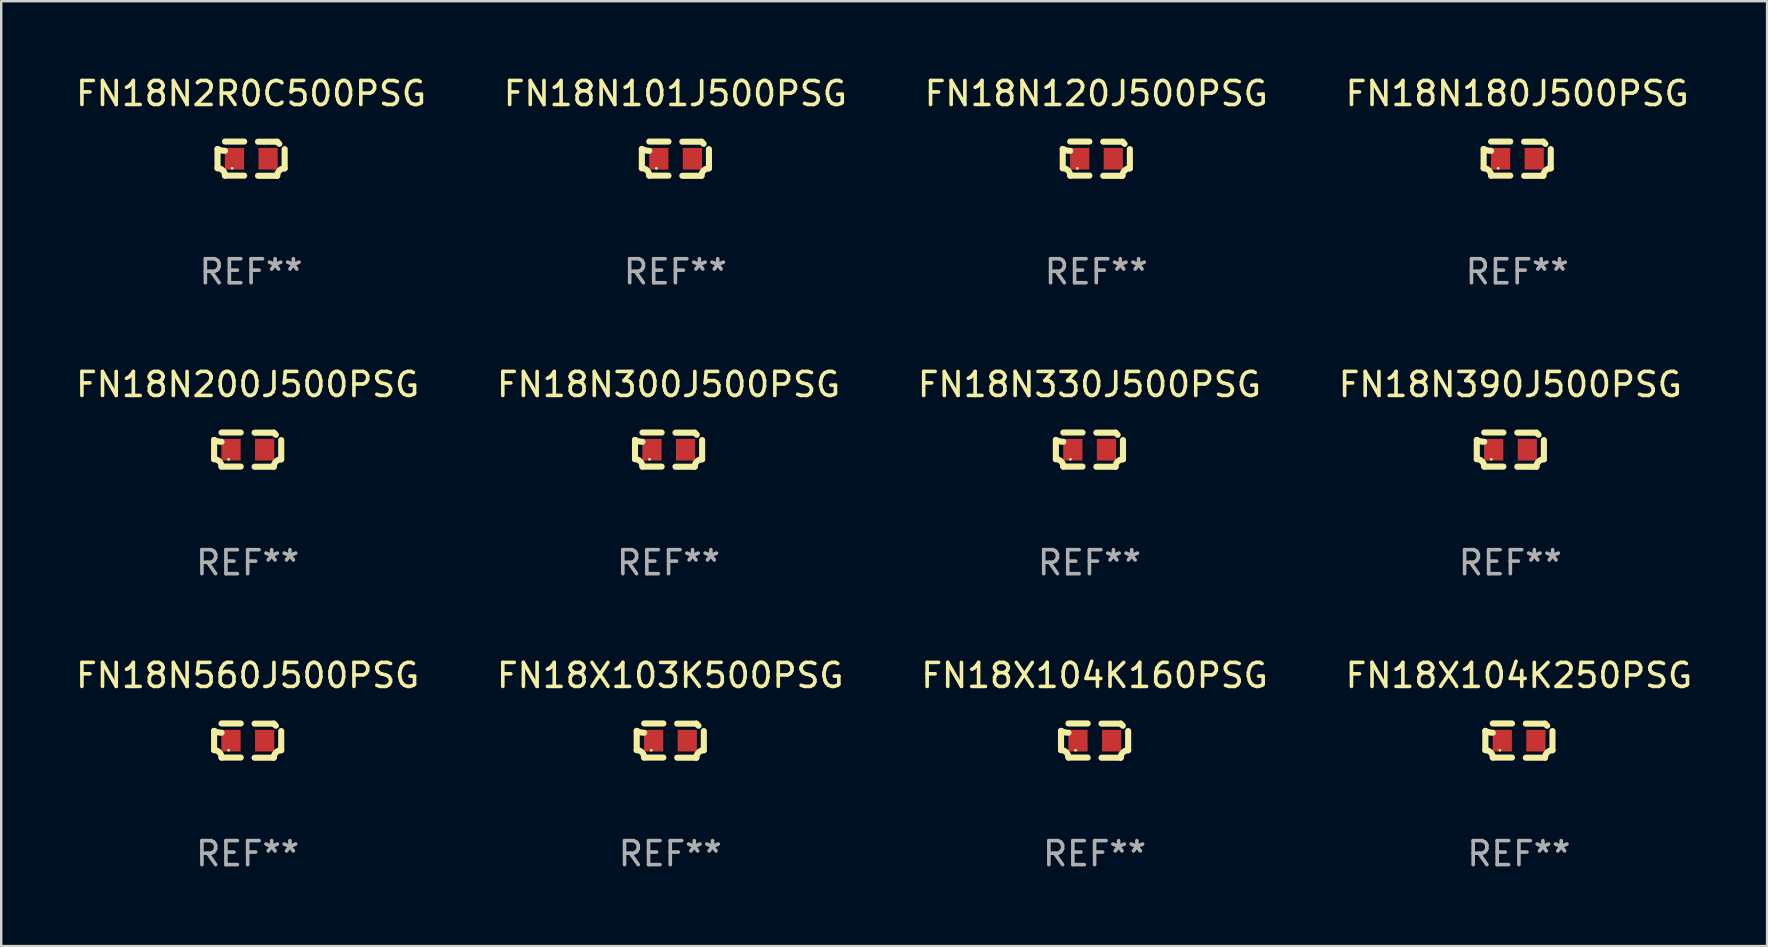
<source format=kicad_pcb>
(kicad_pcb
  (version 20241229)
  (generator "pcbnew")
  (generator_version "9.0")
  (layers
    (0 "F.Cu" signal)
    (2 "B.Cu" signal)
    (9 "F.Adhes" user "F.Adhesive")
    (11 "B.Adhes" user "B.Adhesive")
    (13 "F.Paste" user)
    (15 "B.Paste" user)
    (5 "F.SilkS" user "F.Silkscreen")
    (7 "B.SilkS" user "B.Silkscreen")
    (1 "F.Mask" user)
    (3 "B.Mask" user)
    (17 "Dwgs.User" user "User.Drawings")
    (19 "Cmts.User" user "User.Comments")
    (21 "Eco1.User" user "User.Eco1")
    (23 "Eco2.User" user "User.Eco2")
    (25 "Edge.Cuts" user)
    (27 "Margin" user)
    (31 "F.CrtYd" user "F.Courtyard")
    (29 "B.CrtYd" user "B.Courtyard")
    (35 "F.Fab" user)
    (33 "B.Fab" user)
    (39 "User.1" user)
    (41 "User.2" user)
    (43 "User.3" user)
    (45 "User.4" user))
  (footprint "FN18N390J500PSG"
    (layer "F.Cu")
    (at 59.875 15.683)
    (property "Reference" "FN18N390J500PSG" (at 0 -2.713 0) (layer "F.SilkS") (effects (font (size 1 1) (thickness 0.15))))
    (attr through_hole)
    (fp_line (start -1.398 -0.403) (end -1.398 0.397) (stroke (width 0.254) (type solid)) (layer "F.SilkS"))
    (fp_line (start -0.288 -0.713) (end -1.088 -0.713) (stroke (width 0.254) (type solid)) (layer "F.SilkS"))
    (fp_line (start -0.288 0.707) (end -1.088 0.707) (stroke (width 0.254) (type solid)) (layer "F.SilkS"))
    (fp_line (start 0.288 -0.707) (end 1.088 -0.707) (stroke (width 0.254) (type solid)) (layer "F.SilkS"))
    (fp_line (start 0.288 0.713) (end 1.088 0.713) (stroke (width 0.254) (type solid)) (layer "F.SilkS"))
    (fp_line (start 1.398 -0.397) (end 1.398 0.403) (stroke (width 0.254) (type solid)) (layer "F.SilkS"))
    (fp_arc (start -1.397789 0.397066) (mid -1.178701 0.487826) (end -1.08796 0.706922) (stroke (width 0.254001) (type solid)) (layer "F.SilkS"))
    (fp_arc (start -1.08796 -0.327176) (mid -1.247436 -0.346384) (end -1.39779 -0.402908) (stroke (width 0.254001) (type solid)) (layer "F.SilkS"))
    (fp_arc (start 1.087909 0.712738) (mid 1.178656 0.493655) (end 1.397739 0.402908) (stroke (width 0.254001) (type solid)) (layer "F.SilkS"))
    (fp_arc (start 1.175925 -0.618926) (mid 1.131917 -0.662923) (end 1.08791 -0.706922) (stroke (width 0.254001) (type solid)) (layer "F.SilkS"))
    (fp_circle (center -0.792 0.403) (end -0.762 0.403) (stroke (width 0.06) (type solid)) (fill no) (layer "F.SilkS"))
    (fp_text user "REF**" (at 0 4.713 0) (layer "F.Fab") (effects (font (size 1 1) (thickness 0.15))))
    (pad "1" smd rect (at -0.692 0.003) (size 0.8 0.9) (layers "F.Cu" "F.Mask" "F.Paste"))
    (pad "2" smd rect (at 0.708 0.003) (size 0.8 0.9) (layers "F.Cu" "F.Mask" "F.Paste")))
  (footprint "FN18X104K160PSG"
    (layer "F.Cu")
    (at 42.554 27.805)
    (property "Reference" "FN18X104K160PSG" (at 0 -2.713 0) (layer "F.SilkS") (effects (font (size 1 1) (thickness 0.15))))
    (attr through_hole)
    (fp_line (start -1.398 -0.403) (end -1.398 0.397) (stroke (width 0.254) (type solid)) (layer "F.SilkS"))
    (fp_line (start -0.288 -0.713) (end -1.088 -0.713) (stroke (width 0.254) (type solid)) (layer "F.SilkS"))
    (fp_line (start -0.288 0.707) (end -1.088 0.707) (stroke (width 0.254) (type solid)) (layer "F.SilkS"))
    (fp_line (start 0.288 -0.707) (end 1.088 -0.707) (stroke (width 0.254) (type solid)) (layer "F.SilkS"))
    (fp_line (start 0.288 0.713) (end 1.088 0.713) (stroke (width 0.254) (type solid)) (layer "F.SilkS"))
    (fp_line (start 1.398 -0.397) (end 1.398 0.403) (stroke (width 0.254) (type solid)) (layer "F.SilkS"))
    (fp_arc (start -1.397789 0.397066) (mid -1.178701 0.487826) (end -1.08796 0.706922) (stroke (width 0.254001) (type solid)) (layer "F.SilkS"))
    (fp_arc (start -1.08796 -0.327176) (mid -1.247436 -0.346384) (end -1.39779 -0.402908) (stroke (width 0.254001) (type solid)) (layer "F.SilkS"))
    (fp_arc (start 1.087909 0.712738) (mid 1.178656 0.493655) (end 1.397739 0.402908) (stroke (width 0.254001) (type solid)) (layer "F.SilkS"))
    (fp_arc (start 1.175925 -0.618926) (mid 1.131917 -0.662923) (end 1.08791 -0.706922) (stroke (width 0.254001) (type solid)) (layer "F.SilkS"))
    (fp_circle (center -0.792 0.403) (end -0.762 0.403) (stroke (width 0.06) (type solid)) (fill no) (layer "F.SilkS"))
    (fp_text user "REF**" (at 0 4.713 0) (layer "F.Fab") (effects (font (size 1 1) (thickness 0.15))))
    (pad "1" smd rect (at -0.692 0.003) (size 0.8 0.9) (layers "F.Cu" "F.Mask" "F.Paste"))
    (pad "2" smd rect (at 0.708 0.003) (size 0.8 0.9) (layers "F.Cu" "F.Mask" "F.Paste")))
  (footprint "FN18X104K250PSG"
    (layer "F.Cu")
    (at 60.232 27.805)
    (property "Reference" "FN18X104K250PSG" (at 0 -2.713 0) (layer "F.SilkS") (effects (font (size 1 1) (thickness 0.15))))
    (attr through_hole)
    (fp_line (start -1.398 -0.403) (end -1.398 0.397) (stroke (width 0.254) (type solid)) (layer "F.SilkS"))
    (fp_line (start -0.288 -0.713) (end -1.088 -0.713) (stroke (width 0.254) (type solid)) (layer "F.SilkS"))
    (fp_line (start -0.288 0.707) (end -1.088 0.707) (stroke (width 0.254) (type solid)) (layer "F.SilkS"))
    (fp_line (start 0.288 -0.707) (end 1.088 -0.707) (stroke (width 0.254) (type solid)) (layer "F.SilkS"))
    (fp_line (start 0.288 0.713) (end 1.088 0.713) (stroke (width 0.254) (type solid)) (layer "F.SilkS"))
    (fp_line (start 1.398 -0.397) (end 1.398 0.403) (stroke (width 0.254) (type solid)) (layer "F.SilkS"))
    (fp_arc (start -1.397789 0.397066) (mid -1.178701 0.487826) (end -1.08796 0.706922) (stroke (width 0.254001) (type solid)) (layer "F.SilkS"))
    (fp_arc (start -1.08796 -0.327176) (mid -1.247436 -0.346384) (end -1.39779 -0.402908) (stroke (width 0.254001) (type solid)) (layer "F.SilkS"))
    (fp_arc (start 1.087909 0.712738) (mid 1.178656 0.493655) (end 1.397739 0.402908) (stroke (width 0.254001) (type solid)) (layer "F.SilkS"))
    (fp_arc (start 1.175925 -0.618926) (mid 1.131917 -0.662923) (end 1.08791 -0.706922) (stroke (width 0.254001) (type solid)) (layer "F.SilkS"))
    (fp_circle (center -0.792 0.403) (end -0.762 0.403) (stroke (width 0.06) (type solid)) (fill no) (layer "F.SilkS"))
    (fp_text user "REF**" (at 0 4.713 0) (layer "F.Fab") (effects (font (size 1 1) (thickness 0.15))))
    (pad "1" smd rect (at -0.692 0.003) (size 0.8 0.9) (layers "F.Cu" "F.Mask" "F.Paste"))
    (pad "2" smd rect (at 0.708 0.003) (size 0.8 0.9) (layers "F.Cu" "F.Mask" "F.Paste")))
  (footprint "FN18N330J500PSG"
    (layer "F.Cu")
    (at 42.339 15.683)
    (property "Reference" "FN18N330J500PSG" (at 0 -2.713 0) (layer "F.SilkS") (effects (font (size 1 1) (thickness 0.15))))
    (attr through_hole)
    (fp_line (start -1.398 -0.403) (end -1.398 0.397) (stroke (width 0.254) (type solid)) (layer "F.SilkS"))
    (fp_line (start -0.288 -0.713) (end -1.088 -0.713) (stroke (width 0.254) (type solid)) (layer "F.SilkS"))
    (fp_line (start -0.288 0.707) (end -1.088 0.707) (stroke (width 0.254) (type solid)) (layer "F.SilkS"))
    (fp_line (start 0.288 -0.707) (end 1.088 -0.707) (stroke (width 0.254) (type solid)) (layer "F.SilkS"))
    (fp_line (start 0.288 0.713) (end 1.088 0.713) (stroke (width 0.254) (type solid)) (layer "F.SilkS"))
    (fp_line (start 1.398 -0.397) (end 1.398 0.403) (stroke (width 0.254) (type solid)) (layer "F.SilkS"))
    (fp_arc (start -1.397789 0.397066) (mid -1.178701 0.487826) (end -1.08796 0.706922) (stroke (width 0.254001) (type solid)) (layer "F.SilkS"))
    (fp_arc (start -1.08796 -0.327176) (mid -1.247436 -0.346384) (end -1.39779 -0.402908) (stroke (width 0.254001) (type solid)) (layer "F.SilkS"))
    (fp_arc (start 1.087909 0.712738) (mid 1.178656 0.493655) (end 1.397739 0.402908) (stroke (width 0.254001) (type solid)) (layer "F.SilkS"))
    (fp_arc (start 1.175925 -0.618926) (mid 1.131917 -0.662923) (end 1.08791 -0.706922) (stroke (width 0.254001) (type solid)) (layer "F.SilkS"))
    (fp_circle (center -0.792 0.403) (end -0.762 0.403) (stroke (width 0.06) (type solid)) (fill no) (layer "F.SilkS"))
    (fp_text user "REF**" (at 0 4.713 0) (layer "F.Fab") (effects (font (size 1 1) (thickness 0.15))))
    (pad "1" smd rect (at -0.692 0.003) (size 0.8 0.9) (layers "F.Cu" "F.Mask" "F.Paste"))
    (pad "2" smd rect (at 0.708 0.003) (size 0.8 0.9) (layers "F.Cu" "F.Mask" "F.Paste")))
  (footprint "FN18X103K500PSG"
    (layer "F.Cu")
    (at 24.875 27.805)
    (property "Reference" "FN18X103K500PSG" (at 0 -2.713 0) (layer "F.SilkS") (effects (font (size 1 1) (thickness 0.15))))
    (attr through_hole)
    (fp_line (start -1.398 -0.403) (end -1.398 0.397) (stroke (width 0.254) (type solid)) (layer "F.SilkS"))
    (fp_line (start -0.288 -0.713) (end -1.088 -0.713) (stroke (width 0.254) (type solid)) (layer "F.SilkS"))
    (fp_line (start -0.288 0.707) (end -1.088 0.707) (stroke (width 0.254) (type solid)) (layer "F.SilkS"))
    (fp_line (start 0.288 -0.707) (end 1.088 -0.707) (stroke (width 0.254) (type solid)) (layer "F.SilkS"))
    (fp_line (start 0.288 0.713) (end 1.088 0.713) (stroke (width 0.254) (type solid)) (layer "F.SilkS"))
    (fp_line (start 1.398 -0.397) (end 1.398 0.403) (stroke (width 0.254) (type solid)) (layer "F.SilkS"))
    (fp_arc (start -1.397789 0.397066) (mid -1.178701 0.487826) (end -1.08796 0.706922) (stroke (width 0.254001) (type solid)) (layer "F.SilkS"))
    (fp_arc (start -1.08796 -0.327176) (mid -1.247436 -0.346384) (end -1.39779 -0.402908) (stroke (width 0.254001) (type solid)) (layer "F.SilkS"))
    (fp_arc (start 1.087909 0.712738) (mid 1.178656 0.493655) (end 1.397739 0.402908) (stroke (width 0.254001) (type solid)) (layer "F.SilkS"))
    (fp_arc (start 1.175925 -0.618926) (mid 1.131917 -0.662923) (end 1.08791 -0.706922) (stroke (width 0.254001) (type solid)) (layer "F.SilkS"))
    (fp_circle (center -0.792 0.403) (end -0.762 0.403) (stroke (width 0.06) (type solid)) (fill no) (layer "F.SilkS"))
    (fp_text user "REF**" (at 0 4.713 0) (layer "F.Fab") (effects (font (size 1 1) (thickness 0.15))))
    (pad "1" smd rect (at -0.692 0.003) (size 0.8 0.9) (layers "F.Cu" "F.Mask" "F.Paste"))
    (pad "2" smd rect (at 0.708 0.003) (size 0.8 0.9) (layers "F.Cu" "F.Mask" "F.Paste")))
  (footprint "FN18N300J500PSG"
    (layer "F.Cu")
    (at 24.804 15.683)
    (property "Reference" "FN18N300J500PSG" (at 0 -2.713 0) (layer "F.SilkS") (effects (font (size 1 1) (thickness 0.15))))
    (attr through_hole)
    (fp_line (start -1.398 -0.403) (end -1.398 0.397) (stroke (width 0.254) (type solid)) (layer "F.SilkS"))
    (fp_line (start -0.288 -0.713) (end -1.088 -0.713) (stroke (width 0.254) (type solid)) (layer "F.SilkS"))
    (fp_line (start -0.288 0.707) (end -1.088 0.707) (stroke (width 0.254) (type solid)) (layer "F.SilkS"))
    (fp_line (start 0.288 -0.707) (end 1.088 -0.707) (stroke (width 0.254) (type solid)) (layer "F.SilkS"))
    (fp_line (start 0.288 0.713) (end 1.088 0.713) (stroke (width 0.254) (type solid)) (layer "F.SilkS"))
    (fp_line (start 1.398 -0.397) (end 1.398 0.403) (stroke (width 0.254) (type solid)) (layer "F.SilkS"))
    (fp_arc (start -1.397789 0.397066) (mid -1.178701 0.487826) (end -1.08796 0.706922) (stroke (width 0.254001) (type solid)) (layer "F.SilkS"))
    (fp_arc (start -1.08796 -0.327176) (mid -1.247436 -0.346384) (end -1.39779 -0.402908) (stroke (width 0.254001) (type solid)) (layer "F.SilkS"))
    (fp_arc (start 1.087909 0.712738) (mid 1.178656 0.493655) (end 1.397739 0.402908) (stroke (width 0.254001) (type solid)) (layer "F.SilkS"))
    (fp_arc (start 1.175925 -0.618926) (mid 1.131917 -0.662923) (end 1.08791 -0.706922) (stroke (width 0.254001) (type solid)) (layer "F.SilkS"))
    (fp_circle (center -0.792 0.403) (end -0.762 0.403) (stroke (width 0.06) (type solid)) (fill no) (layer "F.SilkS"))
    (fp_text user "REF**" (at 0 4.713 0) (layer "F.Fab") (effects (font (size 1 1) (thickness 0.15))))
    (pad "1" smd rect (at -0.692 0.003) (size 0.8 0.9) (layers "F.Cu" "F.Mask" "F.Paste"))
    (pad "2" smd rect (at 0.708 0.003) (size 0.8 0.9) (layers "F.Cu" "F.Mask" "F.Paste")))
  (footprint "FN18N2R0C500PSG"
    (layer "F.Cu")
    (at 7.411 3.561)
    (property "Reference" "FN18N2R0C500PSG" (at 0 -2.713 0) (layer "F.SilkS") (effects (font (size 1 1) (thickness 0.15))))
    (attr through_hole)
    (fp_line (start -1.398 -0.403) (end -1.398 0.397) (stroke (width 0.254) (type solid)) (layer "F.SilkS"))
    (fp_line (start -0.288 -0.713) (end -1.088 -0.713) (stroke (width 0.254) (type solid)) (layer "F.SilkS"))
    (fp_line (start -0.288 0.707) (end -1.088 0.707) (stroke (width 0.254) (type solid)) (layer "F.SilkS"))
    (fp_line (start 0.288 -0.707) (end 1.088 -0.707) (stroke (width 0.254) (type solid)) (layer "F.SilkS"))
    (fp_line (start 0.288 0.713) (end 1.088 0.713) (stroke (width 0.254) (type solid)) (layer "F.SilkS"))
    (fp_line (start 1.398 -0.397) (end 1.398 0.403) (stroke (width 0.254) (type solid)) (layer "F.SilkS"))
    (fp_arc (start -1.397789 0.397066) (mid -1.178701 0.487826) (end -1.08796 0.706922) (stroke (width 0.254001) (type solid)) (layer "F.SilkS"))
    (fp_arc (start -1.08796 -0.327176) (mid -1.247436 -0.346384) (end -1.39779 -0.402908) (stroke (width 0.254001) (type solid)) (layer "F.SilkS"))
    (fp_arc (start 1.087909 0.712738) (mid 1.178656 0.493655) (end 1.397739 0.402908) (stroke (width 0.254001) (type solid)) (layer "F.SilkS"))
    (fp_arc (start 1.175925 -0.618926) (mid 1.131917 -0.662923) (end 1.08791 -0.706922) (stroke (width 0.254001) (type solid)) (layer "F.SilkS"))
    (fp_circle (center -0.792 0.403) (end -0.762 0.403) (stroke (width 0.06) (type solid)) (fill no) (layer "F.SilkS"))
    (fp_text user "REF**" (at 0 4.713 0) (layer "F.Fab") (effects (font (size 1 1) (thickness 0.15))))
    (pad "1" smd rect (at -0.692 0.003) (size 0.8 0.9) (layers "F.Cu" "F.Mask" "F.Paste"))
    (pad "2" smd rect (at 0.708 0.003) (size 0.8 0.9) (layers "F.Cu" "F.Mask" "F.Paste")))
  (footprint "FN18N200J500PSG"
    (layer "F.Cu")
    (at 7.268 15.683)
    (property "Reference" "FN18N200J500PSG" (at 0 -2.713 0) (layer "F.SilkS") (effects (font (size 1 1) (thickness 0.15))))
    (attr through_hole)
    (fp_line (start -1.398 -0.403) (end -1.398 0.397) (stroke (width 0.254) (type solid)) (layer "F.SilkS"))
    (fp_line (start -0.288 -0.713) (end -1.088 -0.713) (stroke (width 0.254) (type solid)) (layer "F.SilkS"))
    (fp_line (start -0.288 0.707) (end -1.088 0.707) (stroke (width 0.254) (type solid)) (layer "F.SilkS"))
    (fp_line (start 0.288 -0.707) (end 1.088 -0.707) (stroke (width 0.254) (type solid)) (layer "F.SilkS"))
    (fp_line (start 0.288 0.713) (end 1.088 0.713) (stroke (width 0.254) (type solid)) (layer "F.SilkS"))
    (fp_line (start 1.398 -0.397) (end 1.398 0.403) (stroke (width 0.254) (type solid)) (layer "F.SilkS"))
    (fp_arc (start -1.397789 0.397066) (mid -1.178701 0.487826) (end -1.08796 0.706922) (stroke (width 0.254001) (type solid)) (layer "F.SilkS"))
    (fp_arc (start -1.08796 -0.327176) (mid -1.247436 -0.346384) (end -1.39779 -0.402908) (stroke (width 0.254001) (type solid)) (layer "F.SilkS"))
    (fp_arc (start 1.087909 0.712738) (mid 1.178656 0.493655) (end 1.397739 0.402908) (stroke (width 0.254001) (type solid)) (layer "F.SilkS"))
    (fp_arc (start 1.175925 -0.618926) (mid 1.131917 -0.662923) (end 1.08791 -0.706922) (stroke (width 0.254001) (type solid)) (layer "F.SilkS"))
    (fp_circle (center -0.792 0.403) (end -0.762 0.403) (stroke (width 0.06) (type solid)) (fill no) (layer "F.SilkS"))
    (fp_text user "REF**" (at 0 4.713 0) (layer "F.Fab") (effects (font (size 1 1) (thickness 0.15))))
    (pad "1" smd rect (at -0.692 0.003) (size 0.8 0.9) (layers "F.Cu" "F.Mask" "F.Paste"))
    (pad "2" smd rect (at 0.708 0.003) (size 0.8 0.9) (layers "F.Cu" "F.Mask" "F.Paste")))
  (footprint "FN18N180J500PSG"
    (layer "F.Cu")
    (at 60.161 3.561)
    (property "Reference" "FN18N180J500PSG" (at 0 -2.713 0) (layer "F.SilkS") (effects (font (size 1 1) (thickness 0.15))))
    (attr through_hole)
    (fp_line (start -1.398 -0.403) (end -1.398 0.397) (stroke (width 0.254) (type solid)) (layer "F.SilkS"))
    (fp_line (start -0.288 -0.713) (end -1.088 -0.713) (stroke (width 0.254) (type solid)) (layer "F.SilkS"))
    (fp_line (start -0.288 0.707) (end -1.088 0.707) (stroke (width 0.254) (type solid)) (layer "F.SilkS"))
    (fp_line (start 0.288 -0.707) (end 1.088 -0.707) (stroke (width 0.254) (type solid)) (layer "F.SilkS"))
    (fp_line (start 0.288 0.713) (end 1.088 0.713) (stroke (width 0.254) (type solid)) (layer "F.SilkS"))
    (fp_line (start 1.398 -0.397) (end 1.398 0.403) (stroke (width 0.254) (type solid)) (layer "F.SilkS"))
    (fp_arc (start -1.397789 0.397066) (mid -1.178701 0.487826) (end -1.08796 0.706922) (stroke (width 0.254001) (type solid)) (layer "F.SilkS"))
    (fp_arc (start -1.08796 -0.327176) (mid -1.247436 -0.346384) (end -1.39779 -0.402908) (stroke (width 0.254001) (type solid)) (layer "F.SilkS"))
    (fp_arc (start 1.087909 0.712738) (mid 1.178656 0.493655) (end 1.397739 0.402908) (stroke (width 0.254001) (type solid)) (layer "F.SilkS"))
    (fp_arc (start 1.175925 -0.618926) (mid 1.131917 -0.662923) (end 1.08791 -0.706922) (stroke (width 0.254001) (type solid)) (layer "F.SilkS"))
    (fp_circle (center -0.792 0.403) (end -0.762 0.403) (stroke (width 0.06) (type solid)) (fill no) (layer "F.SilkS"))
    (fp_text user "REF**" (at 0 4.713 0) (layer "F.Fab") (effects (font (size 1 1) (thickness 0.15))))
    (pad "1" smd rect (at -0.692 0.003) (size 0.8 0.9) (layers "F.Cu" "F.Mask" "F.Paste"))
    (pad "2" smd rect (at 0.708 0.003) (size 0.8 0.9) (layers "F.Cu" "F.Mask" "F.Paste")))
  (footprint "FN18N560J500PSG"
    (layer "F.Cu")
    (at 7.268 27.805)
    (property "Reference" "FN18N560J500PSG" (at 0 -2.713 0) (layer "F.SilkS") (effects (font (size 1 1) (thickness 0.15))))
    (attr through_hole)
    (fp_line (start -1.398 -0.403) (end -1.398 0.397) (stroke (width 0.254) (type solid)) (layer "F.SilkS"))
    (fp_line (start -0.288 -0.713) (end -1.088 -0.713) (stroke (width 0.254) (type solid)) (layer "F.SilkS"))
    (fp_line (start -0.288 0.707) (end -1.088 0.707) (stroke (width 0.254) (type solid)) (layer "F.SilkS"))
    (fp_line (start 0.288 -0.707) (end 1.088 -0.707) (stroke (width 0.254) (type solid)) (layer "F.SilkS"))
    (fp_line (start 0.288 0.713) (end 1.088 0.713) (stroke (width 0.254) (type solid)) (layer "F.SilkS"))
    (fp_line (start 1.398 -0.397) (end 1.398 0.403) (stroke (width 0.254) (type solid)) (layer "F.SilkS"))
    (fp_arc (start -1.397789 0.397066) (mid -1.178701 0.487826) (end -1.08796 0.706922) (stroke (width 0.254001) (type solid)) (layer "F.SilkS"))
    (fp_arc (start -1.08796 -0.327176) (mid -1.247436 -0.346384) (end -1.39779 -0.402908) (stroke (width 0.254001) (type solid)) (layer "F.SilkS"))
    (fp_arc (start 1.087909 0.712738) (mid 1.178656 0.493655) (end 1.397739 0.402908) (stroke (width 0.254001) (type solid)) (layer "F.SilkS"))
    (fp_arc (start 1.175925 -0.618926) (mid 1.131917 -0.662923) (end 1.08791 -0.706922) (stroke (width 0.254001) (type solid)) (layer "F.SilkS"))
    (fp_circle (center -0.792 0.403) (end -0.762 0.403) (stroke (width 0.06) (type solid)) (fill no) (layer "F.SilkS"))
    (fp_text user "REF**" (at 0 4.713 0) (layer "F.Fab") (effects (font (size 1 1) (thickness 0.15))))
    (pad "1" smd rect (at -0.692 0.003) (size 0.8 0.9) (layers "F.Cu" "F.Mask" "F.Paste"))
    (pad "2" smd rect (at 0.708 0.003) (size 0.8 0.9) (layers "F.Cu" "F.Mask" "F.Paste")))
  (footprint "FN18N120J500PSG"
    (layer "F.Cu")
    (at 42.625 3.561)
    (property "Reference" "FN18N120J500PSG" (at 0 -2.713 0) (layer "F.SilkS") (effects (font (size 1 1) (thickness 0.15))))
    (attr through_hole)
    (fp_line (start -1.398 -0.403) (end -1.398 0.397) (stroke (width 0.254) (type solid)) (layer "F.SilkS"))
    (fp_line (start -0.288 -0.713) (end -1.088 -0.713) (stroke (width 0.254) (type solid)) (layer "F.SilkS"))
    (fp_line (start -0.288 0.707) (end -1.088 0.707) (stroke (width 0.254) (type solid)) (layer "F.SilkS"))
    (fp_line (start 0.288 -0.707) (end 1.088 -0.707) (stroke (width 0.254) (type solid)) (layer "F.SilkS"))
    (fp_line (start 0.288 0.713) (end 1.088 0.713) (stroke (width 0.254) (type solid)) (layer "F.SilkS"))
    (fp_line (start 1.398 -0.397) (end 1.398 0.403) (stroke (width 0.254) (type solid)) (layer "F.SilkS"))
    (fp_arc (start -1.397789 0.397066) (mid -1.178701 0.487826) (end -1.08796 0.706922) (stroke (width 0.254001) (type solid)) (layer "F.SilkS"))
    (fp_arc (start -1.08796 -0.327176) (mid -1.247436 -0.346384) (end -1.39779 -0.402908) (stroke (width 0.254001) (type solid)) (layer "F.SilkS"))
    (fp_arc (start 1.087909 0.712738) (mid 1.178656 0.493655) (end 1.397739 0.402908) (stroke (width 0.254001) (type solid)) (layer "F.SilkS"))
    (fp_arc (start 1.175925 -0.618926) (mid 1.131917 -0.662923) (end 1.08791 -0.706922) (stroke (width 0.254001) (type solid)) (layer "F.SilkS"))
    (fp_circle (center -0.792 0.403) (end -0.762 0.403) (stroke (width 0.06) (type solid)) (fill no) (layer "F.SilkS"))
    (fp_text user "REF**" (at 0 4.713 0) (layer "F.Fab") (effects (font (size 1 1) (thickness 0.15))))
    (pad "1" smd rect (at -0.692 0.003) (size 0.8 0.9) (layers "F.Cu" "F.Mask" "F.Paste"))
    (pad "2" smd rect (at 0.708 0.003) (size 0.8 0.9) (layers "F.Cu" "F.Mask" "F.Paste")))
  (footprint "FN18N101J500PSG"
    (layer "F.Cu")
    (at 25.089 3.561)
    (property "Reference" "FN18N101J500PSG" (at 0 -2.713 0) (layer "F.SilkS") (effects (font (size 1 1) (thickness 0.15))))
    (attr through_hole)
    (fp_line (start -1.398 -0.403) (end -1.398 0.397) (stroke (width 0.254) (type solid)) (layer "F.SilkS"))
    (fp_line (start -0.288 -0.713) (end -1.088 -0.713) (stroke (width 0.254) (type solid)) (layer "F.SilkS"))
    (fp_line (start -0.288 0.707) (end -1.088 0.707) (stroke (width 0.254) (type solid)) (layer "F.SilkS"))
    (fp_line (start 0.288 -0.707) (end 1.088 -0.707) (stroke (width 0.254) (type solid)) (layer "F.SilkS"))
    (fp_line (start 0.288 0.713) (end 1.088 0.713) (stroke (width 0.254) (type solid)) (layer "F.SilkS"))
    (fp_line (start 1.398 -0.397) (end 1.398 0.403) (stroke (width 0.254) (type solid)) (layer "F.SilkS"))
    (fp_arc (start -1.397789 0.397066) (mid -1.178701 0.487826) (end -1.08796 0.706922) (stroke (width 0.254001) (type solid)) (layer "F.SilkS"))
    (fp_arc (start -1.08796 -0.327176) (mid -1.247436 -0.346384) (end -1.39779 -0.402908) (stroke (width 0.254001) (type solid)) (layer "F.SilkS"))
    (fp_arc (start 1.087909 0.712738) (mid 1.178656 0.493655) (end 1.397739 0.402908) (stroke (width 0.254001) (type solid)) (layer "F.SilkS"))
    (fp_arc (start 1.175925 -0.618926) (mid 1.131917 -0.662923) (end 1.08791 -0.706922) (stroke (width 0.254001) (type solid)) (layer "F.SilkS"))
    (fp_circle (center -0.792 0.403) (end -0.762 0.403) (stroke (width 0.06) (type solid)) (fill no) (layer "F.SilkS"))
    (fp_text user "REF**" (at 0 4.713 0) (layer "F.Fab") (effects (font (size 1 1) (thickness 0.15))))
    (pad "1" smd rect (at -0.692 0.003) (size 0.8 0.9) (layers "F.Cu" "F.Mask" "F.Paste"))
    (pad "2" smd rect (at 0.708 0.003) (size 0.8 0.9) (layers "F.Cu" "F.Mask" "F.Paste")))
  (gr_rect
    (start -3 -3)
    (end 70.571 36.366)
    (stroke (width 0.1) (type default))
    (fill no)
    (layer "Edge.Cuts")))
</source>
